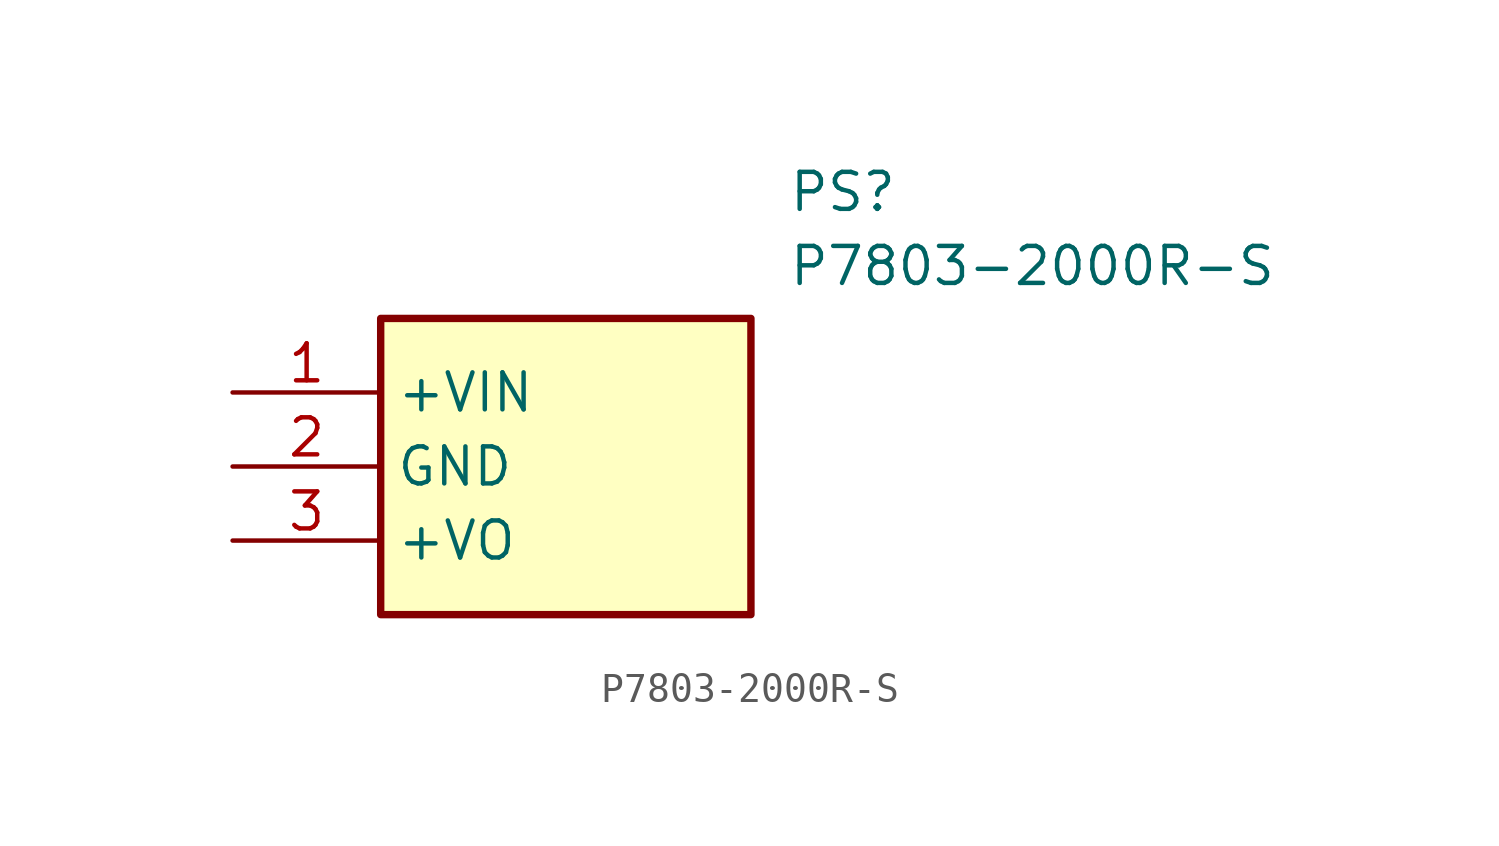
<source format=kicad_sym>
(kicad_symbol_lib
  (version 20211014)
  (generator SamacSys_ECAD_Model)
  (symbol "P7803-2000R-S"
    (property "Reference" "PS"
      (at 19.05 7.62 0)
      (effects (font (size 1.27 1.27)) (justify left top)))
    (property "Value" "P7803-2000R-S"
      (at 19.05 5.08 0)
      (effects (font (size 1.27 1.27)) (justify left top)))
    (rectangle
      (start 5.08 2.54)
      (end 17.78 -7.62)
      (stroke (width 0.254) (type default))
      (fill (type background)))
    (pin passive line
      (at 0 0 0)
      (length 5.08)
      (name "+VIN" (effects (font (size 1.27 1.27))))
      (number "1" (effects (font (size 1.27 1.27)))))
    (pin passive line
      (at 0 -2.54 0)
      (length 5.08)
      (name "GND" (effects (font (size 1.27 1.27))))
      (number "2" (effects (font (size 1.27 1.27)))))
    (pin passive line
      (at 0 -5.08 0)
      (length 5.08)
      (name "+VO" (effects (font (size 1.27 1.27))))
      (number "3" (effects (font (size 1.27 1.27)))))))
</source>
